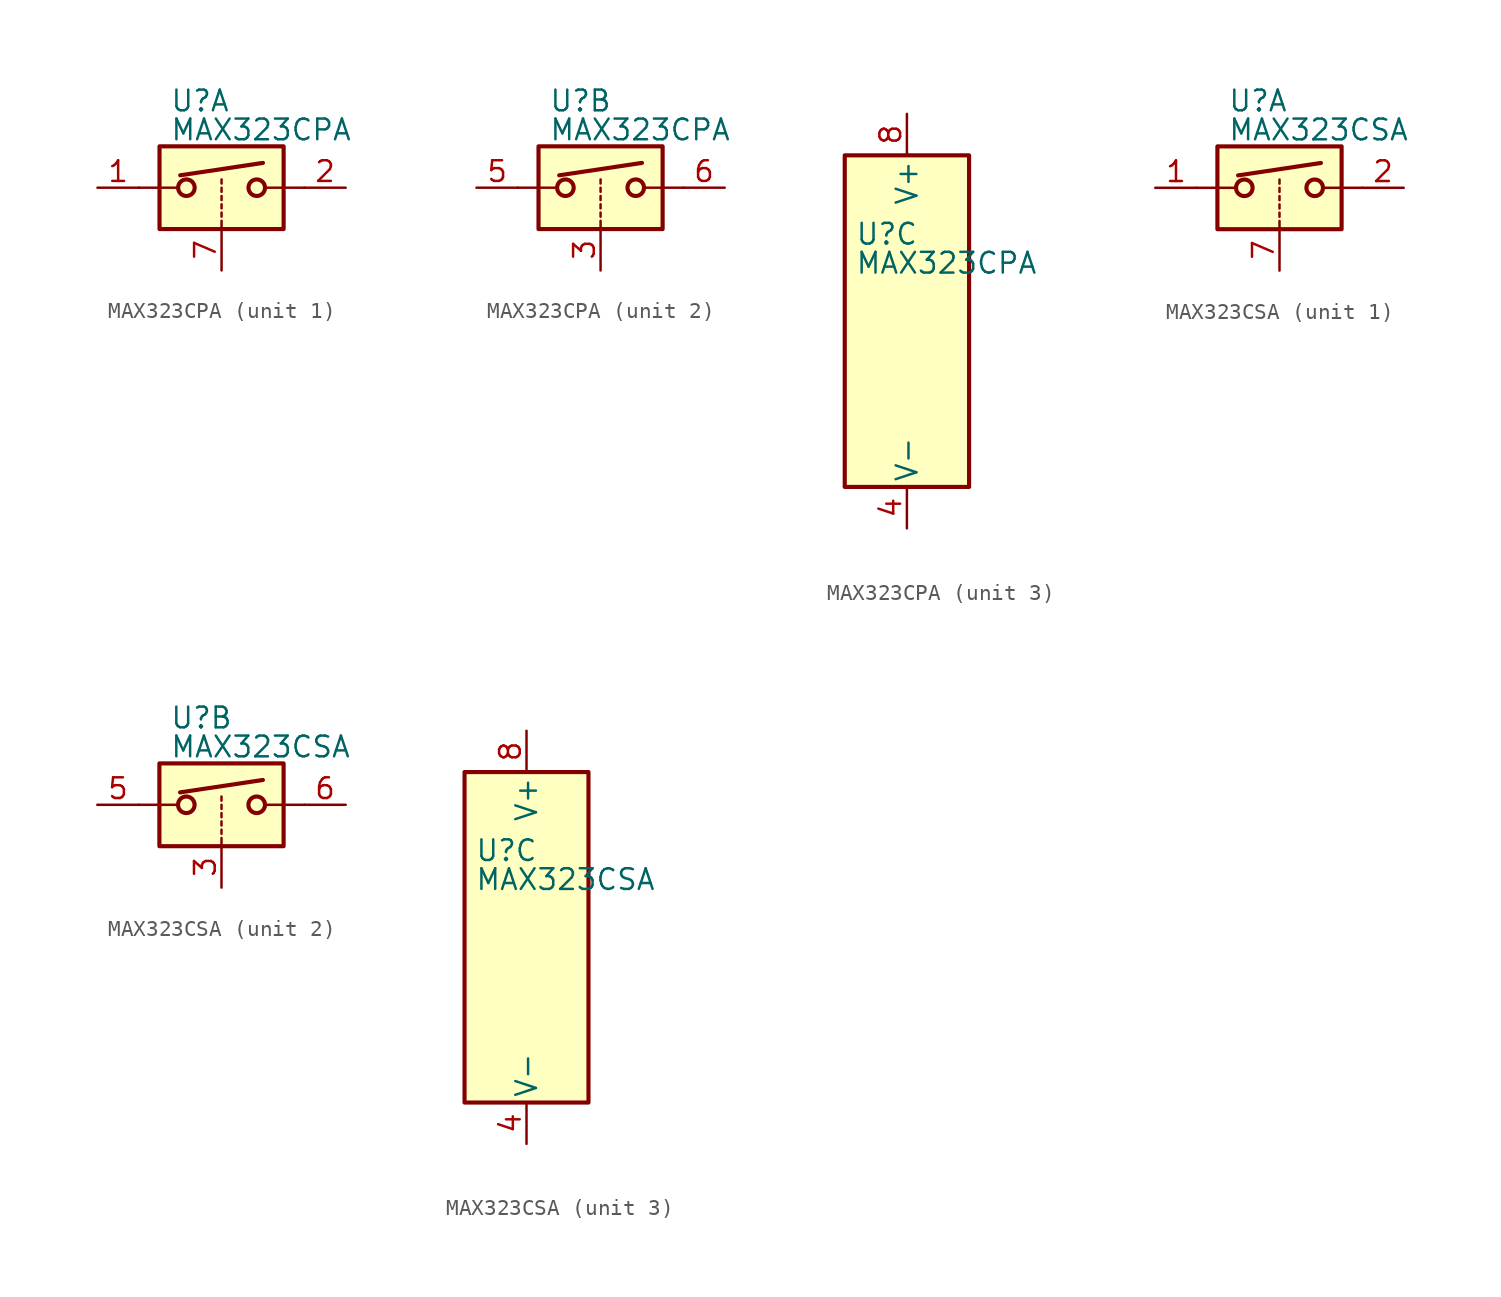
<source format=kicad_sym>
(kicad_symbol_lib
  (version 20220914)
  (generator kicad_symbol_editor)
  (symbol "MAX323CPA"
    (pin_names
      (offset 0.254))
    (property "Reference" "U"
      (at -3.175 5.334 0)
      (effects (font (size 1.27 1.27)) (justify left)))
    (property "Value" "MAX323CPA"
      (at -3.175 3.556 0)
      (effects (font (size 1.27 1.27)) (justify left)))
    (symbol "MAX323CPA_1_1"
      (rectangle (start -3.81 2.54) (end 3.81 -2.54) (stroke (width 0.254) (type default)) (fill (type background)))
      (circle (center -2.159 0) (radius 0.508) (stroke (width 0.254) (type default)) (fill (type none)))
      (polyline (pts (xy -5.08 0) (xy -2.794 0)) (stroke (width 0) (type default)) (fill (type none)))
      (polyline (pts (xy -2.54 0.762) (xy 2.54 1.524)) (stroke (width 0.254) (type default)) (fill (type none)))
      (polyline (pts (xy 0 -2.54) (xy 0 -2.032)) (stroke (width 0) (type default)) (fill (type none)))
      (polyline (pts (xy 0 -1.778) (xy 0 -1.524)) (stroke (width 0) (type default)) (fill (type none)))
      (polyline (pts (xy 0 -1.27) (xy 0 -1.016)) (stroke (width 0) (type default)) (fill (type none)))
      (polyline (pts (xy 0 -0.762) (xy 0 -0.508)) (stroke (width 0) (type default)) (fill (type none)))
      (polyline (pts (xy 0 -0.254) (xy 0 0)) (stroke (width 0) (type default)) (fill (type none)))
      (polyline (pts (xy 0 0.254) (xy 0 0.508)) (stroke (width 0) (type default)) (fill (type none)))
      (polyline (pts (xy 5.08 0) (xy 2.794 0)) (stroke (width 0) (type default)) (fill (type none)))
      (circle (center 2.159 0) (radius 0.508) (stroke (width 0.254) (type default)) (fill (type none)))
      (pin passive line (at -7.62 0 0) (length 2.54) (name "~" (effects (font (size 1.27 1.27)))) (number "1" (effects (font (size 1.27 1.27)))))
      (pin passive line (at 7.62 0 180) (length 2.54) (name "~" (effects (font (size 1.27 1.27)))) (number "2" (effects (font (size 1.27 1.27)))))
      (pin input line (at 0 -5.08 90) (length 2.54) (name "~" (effects (font (size 1.27 1.27)))) (number "7" (effects (font (size 1.27 1.27))))))
    (symbol "MAX323CPA_2_1"
      (rectangle (start -3.81 2.54) (end 3.81 -2.54) (stroke (width 0.254) (type default)) (fill (type background)))
      (circle (center -2.159 0) (radius 0.508) (stroke (width 0.254) (type default)) (fill (type none)))
      (polyline (pts (xy -5.08 0) (xy -2.794 0)) (stroke (width 0) (type default)) (fill (type none)))
      (polyline (pts (xy -2.54 0.762) (xy 2.54 1.524)) (stroke (width 0.254) (type default)) (fill (type none)))
      (polyline (pts (xy 0 -2.54) (xy 0 -2.032)) (stroke (width 0) (type default)) (fill (type none)))
      (polyline (pts (xy 0 -1.778) (xy 0 -1.524)) (stroke (width 0) (type default)) (fill (type none)))
      (polyline (pts (xy 0 -1.27) (xy 0 -1.016)) (stroke (width 0) (type default)) (fill (type none)))
      (polyline (pts (xy 0 -0.762) (xy 0 -0.508)) (stroke (width 0) (type default)) (fill (type none)))
      (polyline (pts (xy 0 -0.254) (xy 0 0)) (stroke (width 0) (type default)) (fill (type none)))
      (polyline (pts (xy 0 0.254) (xy 0 0.508)) (stroke (width 0) (type default)) (fill (type none)))
      (polyline (pts (xy 5.08 0) (xy 2.794 0)) (stroke (width 0) (type default)) (fill (type none)))
      (circle (center 2.159 0) (radius 0.508) (stroke (width 0.254) (type default)) (fill (type none)))
      (pin input line (at 0 -5.08 90) (length 2.54) (name "~" (effects (font (size 1.27 1.27)))) (number "3" (effects (font (size 1.27 1.27)))))
      (pin passive line (at -7.62 0 0) (length 2.54) (name "~" (effects (font (size 1.27 1.27)))) (number "5" (effects (font (size 1.27 1.27)))))
      (pin passive line (at 7.62 0 180) (length 2.54) (name "~" (effects (font (size 1.27 1.27)))) (number "6" (effects (font (size 1.27 1.27))))))
    (symbol "MAX323CPA_3_0"
      (pin power_in line (at 0 -12.7 90) (length 2.54) (name "V-" (effects (font (size 1.27 1.27)))) (number "4" (effects (font (size 1.27 1.27)))))
      (pin power_in line (at 0 12.7 270) (length 2.54) (name "V+" (effects (font (size 1.27 1.27)))) (number "8" (effects (font (size 1.27 1.27))))))
    (symbol "MAX323CPA_3_1"
      (rectangle (start -3.81 10.16) (end 3.81 -10.16) (stroke (width 0.254) (type default)) (fill (type background)))))
  (symbol "MAX323CSA"
    (pin_names
      (offset 0.254))
    (property "Reference" "U"
      (at -3.175 5.334 0)
      (effects (font (size 1.27 1.27)) (justify left)))
    (property "Value" "MAX323CSA"
      (at -3.175 3.556 0)
      (effects (font (size 1.27 1.27)) (justify left)))
    (symbol "MAX323CSA_1_1"
      (rectangle (start -3.81 2.54) (end 3.81 -2.54) (stroke (width 0.254) (type default)) (fill (type background)))
      (circle (center -2.159 0) (radius 0.508) (stroke (width 0.254) (type default)) (fill (type none)))
      (polyline (pts (xy -5.08 0) (xy -2.794 0)) (stroke (width 0) (type default)) (fill (type none)))
      (polyline (pts (xy -2.54 0.762) (xy 2.54 1.524)) (stroke (width 0.254) (type default)) (fill (type none)))
      (polyline (pts (xy 0 -2.54) (xy 0 -2.032)) (stroke (width 0) (type default)) (fill (type none)))
      (polyline (pts (xy 0 -1.778) (xy 0 -1.524)) (stroke (width 0) (type default)) (fill (type none)))
      (polyline (pts (xy 0 -1.27) (xy 0 -1.016)) (stroke (width 0) (type default)) (fill (type none)))
      (polyline (pts (xy 0 -0.762) (xy 0 -0.508)) (stroke (width 0) (type default)) (fill (type none)))
      (polyline (pts (xy 0 -0.254) (xy 0 0)) (stroke (width 0) (type default)) (fill (type none)))
      (polyline (pts (xy 0 0.254) (xy 0 0.508)) (stroke (width 0) (type default)) (fill (type none)))
      (polyline (pts (xy 5.08 0) (xy 2.794 0)) (stroke (width 0) (type default)) (fill (type none)))
      (circle (center 2.159 0) (radius 0.508) (stroke (width 0.254) (type default)) (fill (type none)))
      (pin passive line (at -7.62 0 0) (length 2.54) (name "~" (effects (font (size 1.27 1.27)))) (number "1" (effects (font (size 1.27 1.27)))))
      (pin passive line (at 7.62 0 180) (length 2.54) (name "~" (effects (font (size 1.27 1.27)))) (number "2" (effects (font (size 1.27 1.27)))))
      (pin input line (at 0 -5.08 90) (length 2.54) (name "~" (effects (font (size 1.27 1.27)))) (number "7" (effects (font (size 1.27 1.27))))))
    (symbol "MAX323CSA_2_1"
      (rectangle (start -3.81 2.54) (end 3.81 -2.54) (stroke (width 0.254) (type default)) (fill (type background)))
      (circle (center -2.159 0) (radius 0.508) (stroke (width 0.254) (type default)) (fill (type none)))
      (polyline (pts (xy -5.08 0) (xy -2.794 0)) (stroke (width 0) (type default)) (fill (type none)))
      (polyline (pts (xy -2.54 0.762) (xy 2.54 1.524)) (stroke (width 0.254) (type default)) (fill (type none)))
      (polyline (pts (xy 0 -2.54) (xy 0 -2.032)) (stroke (width 0) (type default)) (fill (type none)))
      (polyline (pts (xy 0 -1.778) (xy 0 -1.524)) (stroke (width 0) (type default)) (fill (type none)))
      (polyline (pts (xy 0 -1.27) (xy 0 -1.016)) (stroke (width 0) (type default)) (fill (type none)))
      (polyline (pts (xy 0 -0.762) (xy 0 -0.508)) (stroke (width 0) (type default)) (fill (type none)))
      (polyline (pts (xy 0 -0.254) (xy 0 0)) (stroke (width 0) (type default)) (fill (type none)))
      (polyline (pts (xy 0 0.254) (xy 0 0.508)) (stroke (width 0) (type default)) (fill (type none)))
      (polyline (pts (xy 5.08 0) (xy 2.794 0)) (stroke (width 0) (type default)) (fill (type none)))
      (circle (center 2.159 0) (radius 0.508) (stroke (width 0.254) (type default)) (fill (type none)))
      (pin input line (at 0 -5.08 90) (length 2.54) (name "~" (effects (font (size 1.27 1.27)))) (number "3" (effects (font (size 1.27 1.27)))))
      (pin passive line (at -7.62 0 0) (length 2.54) (name "~" (effects (font (size 1.27 1.27)))) (number "5" (effects (font (size 1.27 1.27)))))
      (pin passive line (at 7.62 0 180) (length 2.54) (name "~" (effects (font (size 1.27 1.27)))) (number "6" (effects (font (size 1.27 1.27))))))
    (symbol "MAX323CSA_3_0"
      (pin power_in line (at 0 -12.7 90) (length 2.54) (name "V-" (effects (font (size 1.27 1.27)))) (number "4" (effects (font (size 1.27 1.27)))))
      (pin power_in line (at 0 12.7 270) (length 2.54) (name "V+" (effects (font (size 1.27 1.27)))) (number "8" (effects (font (size 1.27 1.27))))))
    (symbol "MAX323CSA_3_1"
      (rectangle (start -3.81 10.16) (end 3.81 -10.16) (stroke (width 0.254) (type default)) (fill (type background))))))
</source>
